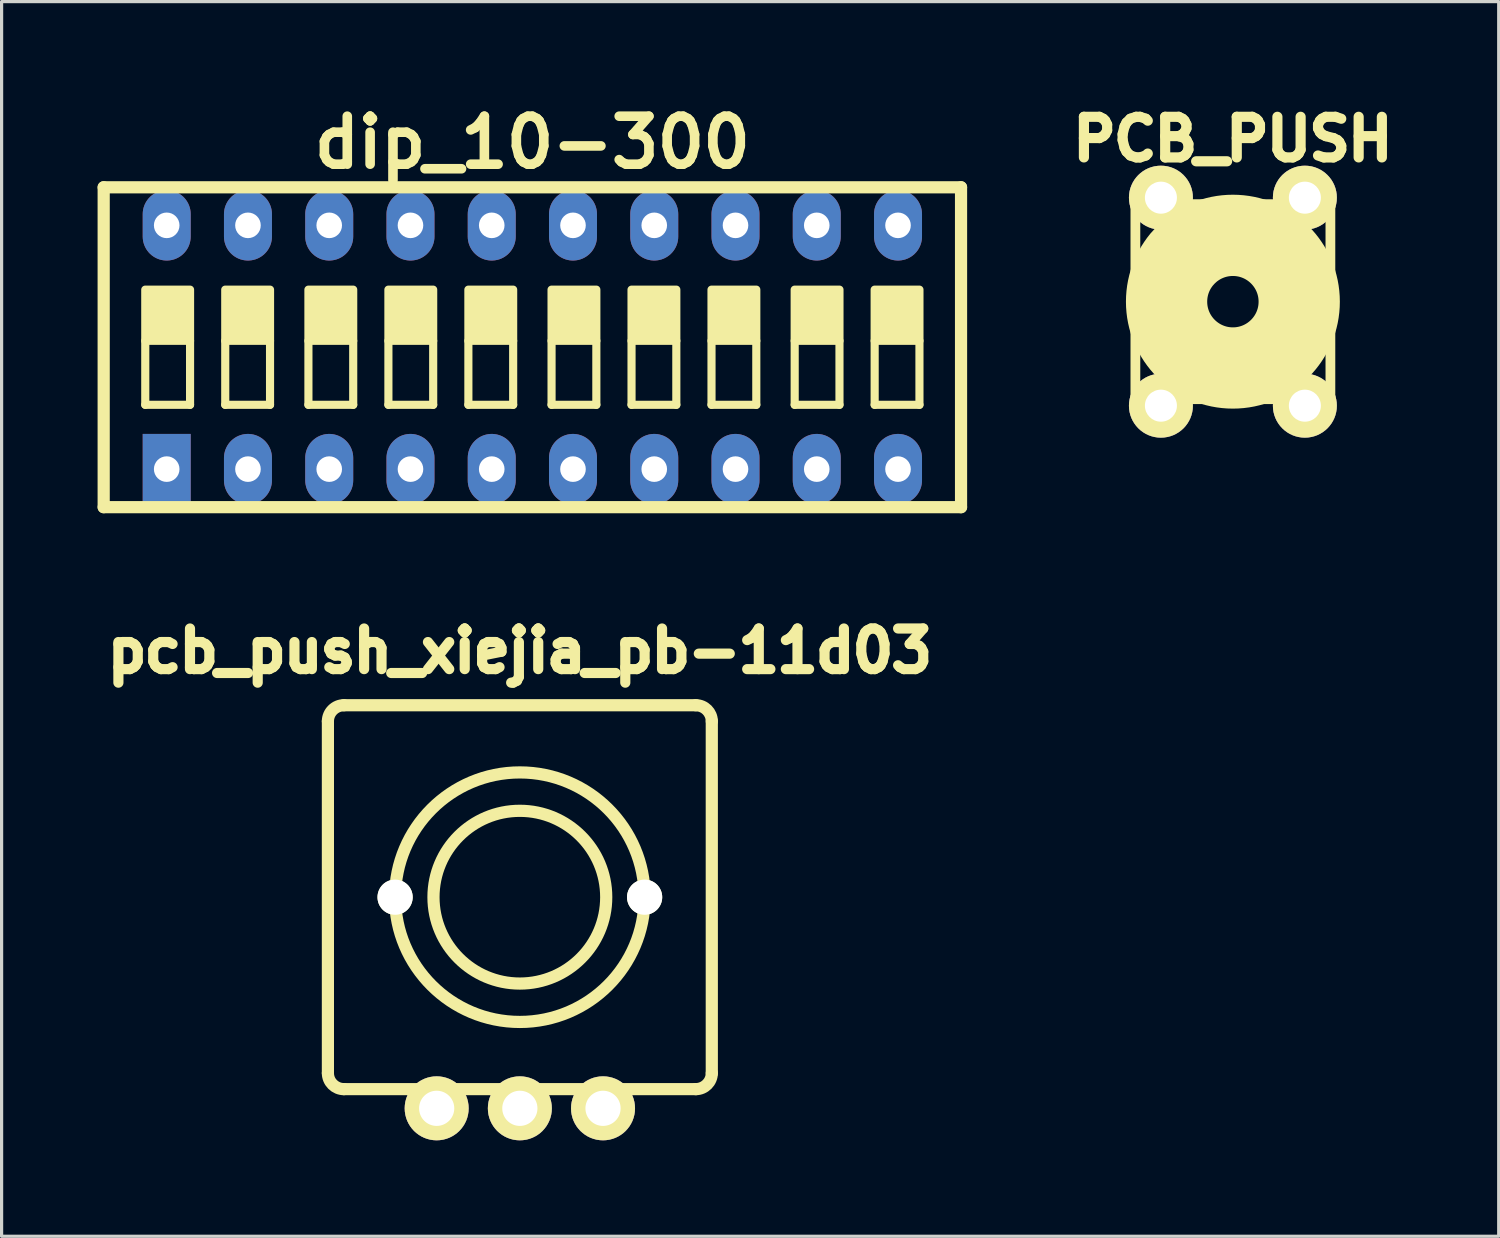
<source format=kicad_pcb>
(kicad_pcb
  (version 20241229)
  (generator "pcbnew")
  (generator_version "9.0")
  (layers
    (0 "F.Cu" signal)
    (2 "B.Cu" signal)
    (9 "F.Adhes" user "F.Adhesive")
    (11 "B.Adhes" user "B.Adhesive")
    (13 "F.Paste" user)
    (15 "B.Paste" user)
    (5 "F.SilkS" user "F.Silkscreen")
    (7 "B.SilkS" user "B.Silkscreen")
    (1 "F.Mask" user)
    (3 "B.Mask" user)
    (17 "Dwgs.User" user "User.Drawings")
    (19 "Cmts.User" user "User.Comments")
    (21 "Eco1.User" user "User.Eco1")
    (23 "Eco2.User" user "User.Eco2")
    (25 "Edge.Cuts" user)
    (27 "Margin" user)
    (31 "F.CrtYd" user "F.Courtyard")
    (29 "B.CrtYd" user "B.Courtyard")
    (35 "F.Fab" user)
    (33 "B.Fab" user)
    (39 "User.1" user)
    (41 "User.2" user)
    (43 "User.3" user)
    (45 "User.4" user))
  (footprint "pcb_push_xiejia_pb-11d03"
    (layer "F.Cu")
    (at 13.2 24.995)
    (property "Reference" "pcb_push_xiejia_pb-11d03" (at 0 -7.7 0) (layer "F.SilkS") (effects (font (size 1.27 1.27) (thickness 0.318))))
    (attr through_hole)
    (fp_line (start -6 5.5) (end -6 -5.5) (stroke (width 0.381) (type solid)) (layer "F.SilkS"))
    (fp_line (start -5.5 -6) (end 5.5 -6) (stroke (width 0.381) (type solid)) (layer "F.SilkS"))
    (fp_line (start 5.5 6) (end -5.5 6) (stroke (width 0.381) (type solid)) (layer "F.SilkS"))
    (fp_line (start 6 -5.5) (end 6 5.5) (stroke (width 0.381) (type solid)) (layer "F.SilkS"))
    (fp_arc (start -6 -5.5) (mid -5.853553 -5.853553) (end -5.5 -6) (stroke (width 0.381) (type solid)) (layer "F.SilkS"))
    (fp_arc (start -5.5 6) (mid -5.853553 5.853553) (end -6 5.5) (stroke (width 0.381) (type solid)) (layer "F.SilkS"))
    (fp_arc (start 5.5 -6) (mid 5.853553 -5.853553) (end 6 -5.5) (stroke (width 0.381) (type solid)) (layer "F.SilkS"))
    (fp_arc (start 6 5.5) (mid 5.853553 5.853553) (end 5.5 6) (stroke (width 0.381) (type solid)) (layer "F.SilkS"))
    (fp_circle (center 0 0) (end 2.7 0) (stroke (width 0.381) (type solid)) (fill no) (layer "F.SilkS"))
    (fp_circle (center 0 0) (end 3.9 0) (stroke (width 0.381) (type solid)) (fill no) (layer "F.SilkS"))
    (pad "" np_thru_hole circle (at -3.9 0) (size 1.1 1.1) (drill 1.1) (layers "*.Cu" "*.Mask" "F.SilkS"))
    (pad "" np_thru_hole circle (at 3.9 0) (size 1.1 1.1) (drill 1.1) (layers "*.Cu" "*.Mask" "F.SilkS"))
    (pad "1" thru_hole circle (at 0 6.6) (size 2 2) (drill 1.1) (layers "*.Cu" "*.Mask" "F.SilkS"))
    (pad "2" thru_hole circle (at 2.6 6.6) (size 2 2) (drill 1.1) (layers "*.Cu" "*.Mask" "F.SilkS"))
    (pad "3" thru_hole circle (at -2.6 6.6) (size 2 2) (drill 1.1) (layers "*.Cu" "*.Mask" "F.SilkS")))
  (footprint "PCB_PUSH"
    (layer "F.Cu")
    (at 35.489 6.38)
    (property "Reference" "PCB_PUSH" (at 0 -5.08 0) (layer "F.SilkS") (effects (font (size 1.27 1.27) (thickness 0.318))))
    (attr through_hole)
    (fp_line (start -3.048 -3.048) (end 3.048 -3.048) (stroke (width 0.305) (type solid)) (layer "F.SilkS"))
    (fp_line (start -3.048 3.048) (end -3.048 -3.048) (stroke (width 0.305) (type solid)) (layer "F.SilkS"))
    (fp_line (start 3.048 -3.048) (end 3.048 3.048) (stroke (width 0.305) (type solid)) (layer "F.SilkS"))
    (fp_line (start 3.048 3.048) (end -3.048 3.048) (stroke (width 0.305) (type solid)) (layer "F.SilkS"))
    (fp_circle (center 0 0) (end -0.762 0.254) (stroke (width 2.54) (type solid)) (fill no) (layer "F.SilkS"))
    (pad "1" thru_hole circle (at -2.25 -3.251) (size 1.999 1.999) (drill 1.001) (layers "*.Cu" "*.Mask" "F.SilkS"))
    (pad "2" thru_hole circle (at 2.25 3.251) (size 1.999 1.999) (drill 1.001) (layers "*.Cu" "*.Mask" "F.SilkS"))
    (pad "3" thru_hole circle (at -2.25 3.251) (size 1.999 1.999) (drill 1.001) (layers "*.Cu" "*.Mask" "F.SilkS"))
    (pad "4" thru_hole circle (at 2.25 -3.251) (size 1.999 1.999) (drill 1.001) (layers "*.Cu" "*.Mask" "F.SilkS")))
  (footprint "dip_10-300"
    (layer "F.Cu")
    (at 13.591 7.804)
    (property "Reference" "dip_10-300" (at 0 -6.4 0) (layer "F.SilkS") (effects (font (size 1.5 1.5) (thickness 0.3))))
    (attr through_hole)
    (fp_line (start -13.4 5) (end -13.4 -5) (stroke (width 0.381) (type solid)) (layer "F.SilkS"))
    (fp_line (start -13.4 5) (end 13.4 5) (stroke (width 0.381) (type solid)) (layer "F.SilkS"))
    (fp_line (start -12.1 -0.2) (end -12.1 1.8) (stroke (width 0.254) (type solid)) (layer "F.SilkS"))
    (fp_line (start -12.1 1.8) (end -10.7 1.8) (stroke (width 0.254) (type solid)) (layer "F.SilkS"))
    (fp_line (start -10.7 1.8) (end -10.7 -0.2) (stroke (width 0.254) (type solid)) (layer "F.SilkS"))
    (fp_line (start -9.6 -0.2) (end -9.6 1.8) (stroke (width 0.254) (type solid)) (layer "F.SilkS"))
    (fp_line (start -9.6 1.8) (end -8.2 1.8) (stroke (width 0.254) (type solid)) (layer "F.SilkS"))
    (fp_line (start -8.2 1.8) (end -8.2 -0.2) (stroke (width 0.254) (type solid)) (layer "F.SilkS"))
    (fp_line (start -7 -0.2) (end -7 1.8) (stroke (width 0.254) (type solid)) (layer "F.SilkS"))
    (fp_line (start -7 1.8) (end -5.6 1.8) (stroke (width 0.254) (type solid)) (layer "F.SilkS"))
    (fp_line (start -5.6 1.8) (end -5.6 -0.2) (stroke (width 0.254) (type solid)) (layer "F.SilkS"))
    (fp_line (start -4.5 -0.2) (end -4.5 1.8) (stroke (width 0.254) (type solid)) (layer "F.SilkS"))
    (fp_line (start -4.5 1.8) (end -3.1 1.8) (stroke (width 0.254) (type solid)) (layer "F.SilkS"))
    (fp_line (start -3.1 1.8) (end -3.1 -0.2) (stroke (width 0.254) (type solid)) (layer "F.SilkS"))
    (fp_line (start -2 -0.2) (end -2 1.8) (stroke (width 0.254) (type solid)) (layer "F.SilkS"))
    (fp_line (start -2 1.8) (end -0.6 1.8) (stroke (width 0.254) (type solid)) (layer "F.SilkS"))
    (fp_line (start -0.6 1.8) (end -0.6 -0.2) (stroke (width 0.254) (type solid)) (layer "F.SilkS"))
    (fp_line (start 0.6 -0.2) (end 0.6 1.8) (stroke (width 0.254) (type solid)) (layer "F.SilkS"))
    (fp_line (start 0.6 1.8) (end 2 1.8) (stroke (width 0.254) (type solid)) (layer "F.SilkS"))
    (fp_line (start 2 1.8) (end 2 -0.2) (stroke (width 0.254) (type solid)) (layer "F.SilkS"))
    (fp_line (start 3.1 -0.2) (end 3.1 1.8) (stroke (width 0.254) (type solid)) (layer "F.SilkS"))
    (fp_line (start 3.1 1.8) (end 4.5 1.8) (stroke (width 0.254) (type solid)) (layer "F.SilkS"))
    (fp_line (start 4.5 1.8) (end 4.5 -0.2) (stroke (width 0.254) (type solid)) (layer "F.SilkS"))
    (fp_line (start 5.6 -0.2) (end 5.6 1.8) (stroke (width 0.254) (type solid)) (layer "F.SilkS"))
    (fp_line (start 5.6 1.8) (end 7 1.8) (stroke (width 0.254) (type solid)) (layer "F.SilkS"))
    (fp_line (start 7 1.8) (end 7 -0.2) (stroke (width 0.254) (type solid)) (layer "F.SilkS"))
    (fp_line (start 8.2 -0.2) (end 8.2 1.8) (stroke (width 0.254) (type solid)) (layer "F.SilkS"))
    (fp_line (start 8.2 1.8) (end 9.6 1.8) (stroke (width 0.254) (type solid)) (layer "F.SilkS"))
    (fp_line (start 9.6 1.8) (end 9.6 -0.2) (stroke (width 0.254) (type solid)) (layer "F.SilkS"))
    (fp_line (start 10.7 -0.2) (end 10.7 1.8) (stroke (width 0.254) (type solid)) (layer "F.SilkS"))
    (fp_line (start 10.7 1.8) (end 12.1 1.8) (stroke (width 0.254) (type solid)) (layer "F.SilkS"))
    (fp_line (start 12.1 1.8) (end 12.1 -0.2) (stroke (width 0.254) (type solid)) (layer "F.SilkS"))
    (fp_line (start 13.4 -5) (end -13.4 -5) (stroke (width 0.381) (type solid)) (layer "F.SilkS"))
    (fp_line (start 13.4 -5) (end 13.4 5) (stroke (width 0.381) (type solid)) (layer "F.SilkS"))
    (fp_poly (pts (xy -10.7 -0.2) (xy -12.1 -0.2) (xy -12.1 -1.8) (xy -10.7 -1.8)) (stroke (width 0.254) (type solid)) (fill yes) (layer "F.SilkS"))
    (fp_poly (pts (xy -8.2 -0.2) (xy -9.6 -0.2) (xy -9.6 -1.8) (xy -8.2 -1.8)) (stroke (width 0.254) (type solid)) (fill yes) (layer "F.SilkS"))
    (fp_poly (pts (xy -7 -0.2) (xy -5.6 -0.2) (xy -5.6 -1.8) (xy -7 -1.8)) (stroke (width 0.254) (type solid)) (fill yes) (layer "F.SilkS"))
    (fp_poly (pts (xy -3.1 -0.2) (xy -4.5 -0.2) (xy -4.5 -1.8) (xy -3.1 -1.8)) (stroke (width 0.254) (type solid)) (fill yes) (layer "F.SilkS"))
    (fp_poly (pts (xy -2 -0.2) (xy -0.6 -0.2) (xy -0.6 -1.8) (xy -2 -1.8)) (stroke (width 0.254) (type solid)) (fill yes) (layer "F.SilkS"))
    (fp_poly (pts (xy 0.6 -0.2) (xy 2 -0.2) (xy 2 -1.8) (xy 0.6 -1.8)) (stroke (width 0.254) (type solid)) (fill yes) (layer "F.SilkS"))
    (fp_poly (pts (xy 3.1 -0.2) (xy 4.5 -0.2) (xy 4.5 -1.8) (xy 3.1 -1.8)) (stroke (width 0.254) (type solid)) (fill yes) (layer "F.SilkS"))
    (fp_poly (pts (xy 7 -0.2) (xy 5.6 -0.2) (xy 5.6 -1.8) (xy 7 -1.8)) (stroke (width 0.254) (type solid)) (fill yes) (layer "F.SilkS"))
    (fp_poly (pts (xy 8.2 -0.2) (xy 9.6 -0.2) (xy 9.6 -1.8) (xy 8.2 -1.8)) (stroke (width 0.254) (type solid)) (fill yes) (layer "F.SilkS"))
    (fp_poly (pts (xy 12.1 -0.2) (xy 10.7 -0.2) (xy 10.7 -1.8) (xy 12.1 -1.8)) (stroke (width 0.254) (type solid)) (fill yes) (layer "F.SilkS"))
    (pad "1" thru_hole rect (at -11.43 3.81) (size 1.5 2.2) (drill 0.8) (layers "*.Cu" "*.Mask"))
    (pad "2" thru_hole oval (at -8.89 3.81) (size 1.5 2.2) (drill 0.8) (layers "*.Cu" "*.Mask"))
    (pad "3" thru_hole oval (at -6.35 3.81) (size 1.5 2.2) (drill 0.8) (layers "*.Cu" "*.Mask"))
    (pad "4" thru_hole oval (at -3.81 3.81) (size 1.5 2.2) (drill 0.8) (layers "*.Cu" "*.Mask"))
    (pad "5" thru_hole oval (at -1.27 3.81) (size 1.5 2.2) (drill 0.8) (layers "*.Cu" "*.Mask"))
    (pad "6" thru_hole oval (at 1.27 3.81) (size 1.5 2.2) (drill 0.8) (layers "*.Cu" "*.Mask"))
    (pad "7" thru_hole oval (at 3.81 3.81) (size 1.5 2.2) (drill 0.8) (layers "*.Cu" "*.Mask"))
    (pad "8" thru_hole oval (at 6.35 3.81) (size 1.5 2.2) (drill 0.8) (layers "*.Cu" "*.Mask"))
    (pad "9" thru_hole oval (at 8.89 3.81) (size 1.5 2.2) (drill 0.8) (layers "*.Cu" "*.Mask"))
    (pad "10" thru_hole oval (at 11.43 3.81) (size 1.5 2.2) (drill 0.8) (layers "*.Cu" "*.Mask"))
    (pad "11" thru_hole oval (at 11.43 -3.81) (size 1.5 2.2) (drill 0.8) (layers "*.Cu" "*.Mask"))
    (pad "12" thru_hole oval (at 8.89 -3.81) (size 1.5 2.2) (drill 0.8) (layers "*.Cu" "*.Mask"))
    (pad "13" thru_hole oval (at 6.35 -3.81) (size 1.5 2.2) (drill 0.8) (layers "*.Cu" "*.Mask"))
    (pad "14" thru_hole oval (at 3.81 -3.81) (size 1.5 2.2) (drill 0.8) (layers "*.Cu" "*.Mask"))
    (pad "15" thru_hole oval (at 1.27 -3.81) (size 1.5 2.2) (drill 0.8) (layers "*.Cu" "*.Mask"))
    (pad "16" thru_hole oval (at -1.27 -3.81) (size 1.5 2.2) (drill 0.8) (layers "*.Cu" "*.Mask"))
    (pad "17" thru_hole oval (at -3.81 -3.81) (size 1.5 2.2) (drill 0.8) (layers "*.Cu" "*.Mask"))
    (pad "18" thru_hole oval (at -6.35 -3.81) (size 1.5 2.2) (drill 0.8) (layers "*.Cu" "*.Mask"))
    (pad "19" thru_hole oval (at -8.89 -3.81) (size 1.5 2.2) (drill 0.8) (layers "*.Cu" "*.Mask"))
    (pad "20" thru_hole oval (at -11.43 -3.81) (size 1.5 2.2) (drill 0.8) (layers "*.Cu" "*.Mask")))
  (gr_rect
    (start -3 -3)
    (end 43.798 35.595)
    (stroke (width 0.1) (type default))
    (fill no)
    (layer "Edge.Cuts")))
</source>
